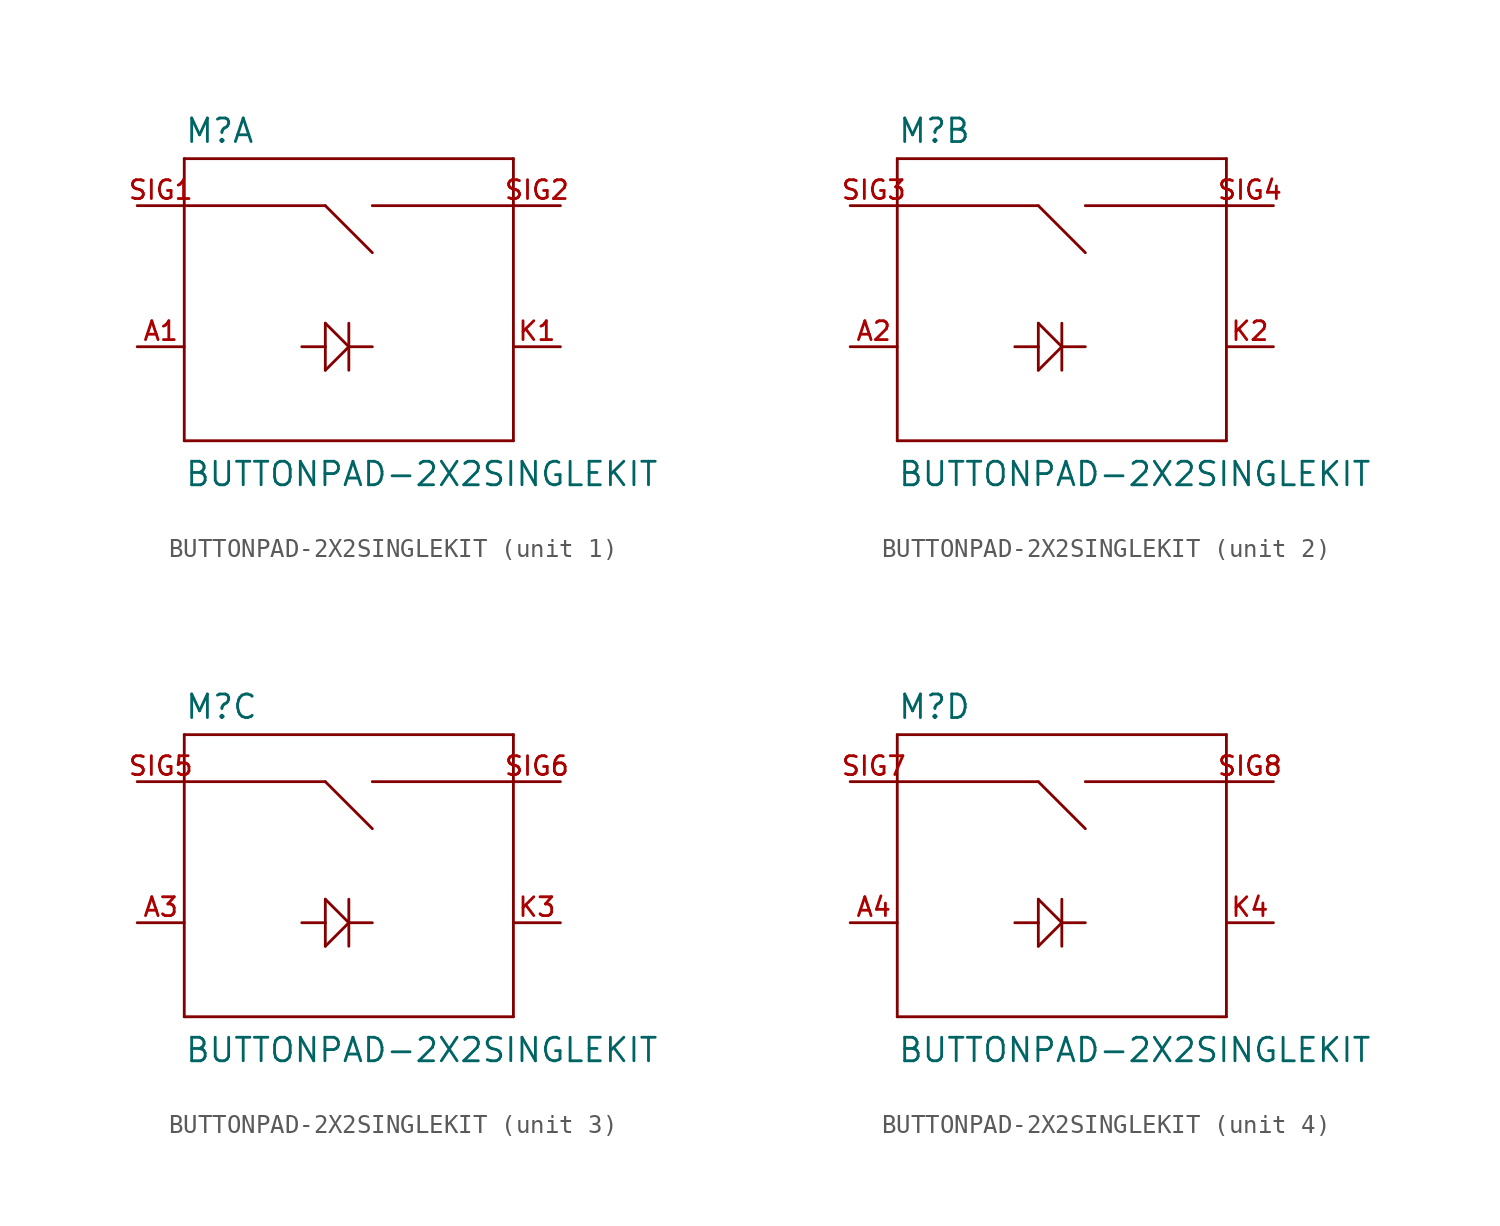
<source format=kicad_sym>
(kicad_symbol_lib
  (version 20211014)
  (generator kicad_symbol_editor)
  (symbol "BUTTONPAD-2X2SINGLEKIT"
    (pin_names
      (offset 1.016) hide)
    (property "Reference" "M"
      (at -7.62 8.382 0)
      (effects (font (size 1.27 1.27)) (justify left bottom)))
    (property "Value" "BUTTONPAD-2X2SINGLEKIT"
      (at -7.62 -10.16 0)
      (effects (font (size 1.27 1.27)) (justify left bottom)))
    (property "ki_locked" ""
      (at 0 0 0)
      (effects (font (size 1.27 1.27))))
    (symbol "BUTTONPAD-2X2SINGLEKIT_1_0"
      (polyline (pts (xy -7.62 -7.62) (xy -7.62 5.08)) (stroke (width 0) (type default) (color 0 0 0 0)) (fill (type none)))
      (polyline (pts (xy -7.62 5.08) (xy -7.62 7.62)) (stroke (width 0) (type default) (color 0 0 0 0)) (fill (type none)))
      (polyline (pts (xy -7.62 5.08) (xy 0 5.08)) (stroke (width 0) (type default) (color 0 0 0 0)) (fill (type none)))
      (polyline (pts (xy -7.62 7.62) (xy 10.16 7.62)) (stroke (width 0) (type default) (color 0 0 0 0)) (fill (type none)))
      (polyline (pts (xy 0 -3.81) (xy 1.27 -2.54)) (stroke (width 0) (type default) (color 0 0 0 0)) (fill (type none)))
      (polyline (pts (xy 0 -2.54) (xy -1.27 -2.54)) (stroke (width 0) (type default) (color 0 0 0 0)) (fill (type none)))
      (polyline (pts (xy 0 -2.54) (xy 0 -3.81)) (stroke (width 0) (type default) (color 0 0 0 0)) (fill (type none)))
      (polyline (pts (xy 0 -1.27) (xy 0 -2.54)) (stroke (width 0) (type default) (color 0 0 0 0)) (fill (type none)))
      (polyline (pts (xy 0 5.08) (xy 2.54 2.54)) (stroke (width 0) (type default) (color 0 0 0 0)) (fill (type none)))
      (polyline (pts (xy 1.27 -2.54) (xy 0 -1.27)) (stroke (width 0) (type default) (color 0 0 0 0)) (fill (type none)))
      (polyline (pts (xy 1.27 -2.54) (xy 1.27 -3.81)) (stroke (width 0) (type default) (color 0 0 0 0)) (fill (type none)))
      (polyline (pts (xy 1.27 -2.54) (xy 2.54 -2.54)) (stroke (width 0) (type default) (color 0 0 0 0)) (fill (type none)))
      (polyline (pts (xy 1.27 -1.27) (xy 1.27 -2.54)) (stroke (width 0) (type default) (color 0 0 0 0)) (fill (type none)))
      (polyline (pts (xy 2.54 5.08) (xy 10.16 5.08)) (stroke (width 0) (type default) (color 0 0 0 0)) (fill (type none)))
      (polyline (pts (xy 10.16 -7.62) (xy -7.62 -7.62)) (stroke (width 0) (type default) (color 0 0 0 0)) (fill (type none)))
      (polyline (pts (xy 10.16 5.08) (xy 10.16 -7.62)) (stroke (width 0) (type default) (color 0 0 0 0)) (fill (type none)))
      (polyline (pts (xy 10.16 7.62) (xy 10.16 5.08)) (stroke (width 0) (type default) (color 0 0 0 0)) (fill (type none))))
    (symbol "BUTTONPAD-2X2SINGLEKIT_1_1"
      (pin bidirectional line (at -10.16 -2.54 0) (length 2.54) (name "A" (effects (font (size 1.016 1.016)))) (number "A1" (effects (font (size 1.016 1.016)))))
      (pin bidirectional line (at 12.7 -2.54 180) (length 2.54) (name "K" (effects (font (size 1.016 1.016)))) (number "K1" (effects (font (size 1.016 1.016)))))
      (pin bidirectional line (at -10.16 5.08 0) (length 2.54) (name "SIG1" (effects (font (size 1.016 1.016)))) (number "SIG1" (effects (font (size 1.016 1.016)))))
      (pin bidirectional line (at 12.7 5.08 180) (length 2.54) (name "SIG2" (effects (font (size 1.016 1.016)))) (number "SIG2" (effects (font (size 1.016 1.016))))))
    (symbol "BUTTONPAD-2X2SINGLEKIT_2_0"
      (polyline (pts (xy -7.62 -7.62) (xy -7.62 5.08)) (stroke (width 0) (type default) (color 0 0 0 0)) (fill (type none)))
      (polyline (pts (xy -7.62 5.08) (xy -7.62 7.62)) (stroke (width 0) (type default) (color 0 0 0 0)) (fill (type none)))
      (polyline (pts (xy -7.62 5.08) (xy 0 5.08)) (stroke (width 0) (type default) (color 0 0 0 0)) (fill (type none)))
      (polyline (pts (xy -7.62 7.62) (xy 10.16 7.62)) (stroke (width 0) (type default) (color 0 0 0 0)) (fill (type none)))
      (polyline (pts (xy 0 -3.81) (xy 1.27 -2.54)) (stroke (width 0) (type default) (color 0 0 0 0)) (fill (type none)))
      (polyline (pts (xy 0 -2.54) (xy -1.27 -2.54)) (stroke (width 0) (type default) (color 0 0 0 0)) (fill (type none)))
      (polyline (pts (xy 0 -2.54) (xy 0 -3.81)) (stroke (width 0) (type default) (color 0 0 0 0)) (fill (type none)))
      (polyline (pts (xy 0 -1.27) (xy 0 -2.54)) (stroke (width 0) (type default) (color 0 0 0 0)) (fill (type none)))
      (polyline (pts (xy 0 5.08) (xy 2.54 2.54)) (stroke (width 0) (type default) (color 0 0 0 0)) (fill (type none)))
      (polyline (pts (xy 1.27 -2.54) (xy 0 -1.27)) (stroke (width 0) (type default) (color 0 0 0 0)) (fill (type none)))
      (polyline (pts (xy 1.27 -2.54) (xy 1.27 -3.81)) (stroke (width 0) (type default) (color 0 0 0 0)) (fill (type none)))
      (polyline (pts (xy 1.27 -2.54) (xy 2.54 -2.54)) (stroke (width 0) (type default) (color 0 0 0 0)) (fill (type none)))
      (polyline (pts (xy 1.27 -1.27) (xy 1.27 -2.54)) (stroke (width 0) (type default) (color 0 0 0 0)) (fill (type none)))
      (polyline (pts (xy 2.54 5.08) (xy 10.16 5.08)) (stroke (width 0) (type default) (color 0 0 0 0)) (fill (type none)))
      (polyline (pts (xy 10.16 -7.62) (xy -7.62 -7.62)) (stroke (width 0) (type default) (color 0 0 0 0)) (fill (type none)))
      (polyline (pts (xy 10.16 5.08) (xy 10.16 -7.62)) (stroke (width 0) (type default) (color 0 0 0 0)) (fill (type none)))
      (polyline (pts (xy 10.16 7.62) (xy 10.16 5.08)) (stroke (width 0) (type default) (color 0 0 0 0)) (fill (type none))))
    (symbol "BUTTONPAD-2X2SINGLEKIT_2_1"
      (pin bidirectional line (at -10.16 -2.54 0) (length 2.54) (name "A" (effects (font (size 1.016 1.016)))) (number "A2" (effects (font (size 1.016 1.016)))))
      (pin bidirectional line (at 12.7 -2.54 180) (length 2.54) (name "K" (effects (font (size 1.016 1.016)))) (number "K2" (effects (font (size 1.016 1.016)))))
      (pin bidirectional line (at -10.16 5.08 0) (length 2.54) (name "SIG1" (effects (font (size 1.016 1.016)))) (number "SIG3" (effects (font (size 1.016 1.016)))))
      (pin bidirectional line (at 12.7 5.08 180) (length 2.54) (name "SIG2" (effects (font (size 1.016 1.016)))) (number "SIG4" (effects (font (size 1.016 1.016))))))
    (symbol "BUTTONPAD-2X2SINGLEKIT_3_0"
      (polyline (pts (xy -7.62 -7.62) (xy -7.62 5.08)) (stroke (width 0) (type default) (color 0 0 0 0)) (fill (type none)))
      (polyline (pts (xy -7.62 5.08) (xy -7.62 7.62)) (stroke (width 0) (type default) (color 0 0 0 0)) (fill (type none)))
      (polyline (pts (xy -7.62 5.08) (xy 0 5.08)) (stroke (width 0) (type default) (color 0 0 0 0)) (fill (type none)))
      (polyline (pts (xy -7.62 7.62) (xy 10.16 7.62)) (stroke (width 0) (type default) (color 0 0 0 0)) (fill (type none)))
      (polyline (pts (xy 0 -3.81) (xy 1.27 -2.54)) (stroke (width 0) (type default) (color 0 0 0 0)) (fill (type none)))
      (polyline (pts (xy 0 -2.54) (xy -1.27 -2.54)) (stroke (width 0) (type default) (color 0 0 0 0)) (fill (type none)))
      (polyline (pts (xy 0 -2.54) (xy 0 -3.81)) (stroke (width 0) (type default) (color 0 0 0 0)) (fill (type none)))
      (polyline (pts (xy 0 -1.27) (xy 0 -2.54)) (stroke (width 0) (type default) (color 0 0 0 0)) (fill (type none)))
      (polyline (pts (xy 0 5.08) (xy 2.54 2.54)) (stroke (width 0) (type default) (color 0 0 0 0)) (fill (type none)))
      (polyline (pts (xy 1.27 -2.54) (xy 0 -1.27)) (stroke (width 0) (type default) (color 0 0 0 0)) (fill (type none)))
      (polyline (pts (xy 1.27 -2.54) (xy 1.27 -3.81)) (stroke (width 0) (type default) (color 0 0 0 0)) (fill (type none)))
      (polyline (pts (xy 1.27 -2.54) (xy 2.54 -2.54)) (stroke (width 0) (type default) (color 0 0 0 0)) (fill (type none)))
      (polyline (pts (xy 1.27 -1.27) (xy 1.27 -2.54)) (stroke (width 0) (type default) (color 0 0 0 0)) (fill (type none)))
      (polyline (pts (xy 2.54 5.08) (xy 10.16 5.08)) (stroke (width 0) (type default) (color 0 0 0 0)) (fill (type none)))
      (polyline (pts (xy 10.16 -7.62) (xy -7.62 -7.62)) (stroke (width 0) (type default) (color 0 0 0 0)) (fill (type none)))
      (polyline (pts (xy 10.16 5.08) (xy 10.16 -7.62)) (stroke (width 0) (type default) (color 0 0 0 0)) (fill (type none)))
      (polyline (pts (xy 10.16 7.62) (xy 10.16 5.08)) (stroke (width 0) (type default) (color 0 0 0 0)) (fill (type none))))
    (symbol "BUTTONPAD-2X2SINGLEKIT_3_1"
      (pin bidirectional line (at -10.16 -2.54 0) (length 2.54) (name "A" (effects (font (size 1.016 1.016)))) (number "A3" (effects (font (size 1.016 1.016)))))
      (pin bidirectional line (at 12.7 -2.54 180) (length 2.54) (name "K" (effects (font (size 1.016 1.016)))) (number "K3" (effects (font (size 1.016 1.016)))))
      (pin bidirectional line (at -10.16 5.08 0) (length 2.54) (name "SIG1" (effects (font (size 1.016 1.016)))) (number "SIG5" (effects (font (size 1.016 1.016)))))
      (pin bidirectional line (at 12.7 5.08 180) (length 2.54) (name "SIG2" (effects (font (size 1.016 1.016)))) (number "SIG6" (effects (font (size 1.016 1.016))))))
    (symbol "BUTTONPAD-2X2SINGLEKIT_4_0"
      (polyline (pts (xy -7.62 -7.62) (xy -7.62 5.08)) (stroke (width 0) (type default) (color 0 0 0 0)) (fill (type none)))
      (polyline (pts (xy -7.62 5.08) (xy -7.62 7.62)) (stroke (width 0) (type default) (color 0 0 0 0)) (fill (type none)))
      (polyline (pts (xy -7.62 5.08) (xy 0 5.08)) (stroke (width 0) (type default) (color 0 0 0 0)) (fill (type none)))
      (polyline (pts (xy -7.62 7.62) (xy 10.16 7.62)) (stroke (width 0) (type default) (color 0 0 0 0)) (fill (type none)))
      (polyline (pts (xy 0 -3.81) (xy 1.27 -2.54)) (stroke (width 0) (type default) (color 0 0 0 0)) (fill (type none)))
      (polyline (pts (xy 0 -2.54) (xy -1.27 -2.54)) (stroke (width 0) (type default) (color 0 0 0 0)) (fill (type none)))
      (polyline (pts (xy 0 -2.54) (xy 0 -3.81)) (stroke (width 0) (type default) (color 0 0 0 0)) (fill (type none)))
      (polyline (pts (xy 0 -1.27) (xy 0 -2.54)) (stroke (width 0) (type default) (color 0 0 0 0)) (fill (type none)))
      (polyline (pts (xy 0 5.08) (xy 2.54 2.54)) (stroke (width 0) (type default) (color 0 0 0 0)) (fill (type none)))
      (polyline (pts (xy 1.27 -2.54) (xy 0 -1.27)) (stroke (width 0) (type default) (color 0 0 0 0)) (fill (type none)))
      (polyline (pts (xy 1.27 -2.54) (xy 1.27 -3.81)) (stroke (width 0) (type default) (color 0 0 0 0)) (fill (type none)))
      (polyline (pts (xy 1.27 -2.54) (xy 2.54 -2.54)) (stroke (width 0) (type default) (color 0 0 0 0)) (fill (type none)))
      (polyline (pts (xy 1.27 -1.27) (xy 1.27 -2.54)) (stroke (width 0) (type default) (color 0 0 0 0)) (fill (type none)))
      (polyline (pts (xy 2.54 5.08) (xy 10.16 5.08)) (stroke (width 0) (type default) (color 0 0 0 0)) (fill (type none)))
      (polyline (pts (xy 10.16 -7.62) (xy -7.62 -7.62)) (stroke (width 0) (type default) (color 0 0 0 0)) (fill (type none)))
      (polyline (pts (xy 10.16 5.08) (xy 10.16 -7.62)) (stroke (width 0) (type default) (color 0 0 0 0)) (fill (type none)))
      (polyline (pts (xy 10.16 7.62) (xy 10.16 5.08)) (stroke (width 0) (type default) (color 0 0 0 0)) (fill (type none))))
    (symbol "BUTTONPAD-2X2SINGLEKIT_4_1"
      (pin bidirectional line (at -10.16 -2.54 0) (length 2.54) (name "A" (effects (font (size 1.016 1.016)))) (number "A4" (effects (font (size 1.016 1.016)))))
      (pin bidirectional line (at 12.7 -2.54 180) (length 2.54) (name "K" (effects (font (size 1.016 1.016)))) (number "K4" (effects (font (size 1.016 1.016)))))
      (pin bidirectional line (at -10.16 5.08 0) (length 2.54) (name "SIG1" (effects (font (size 1.016 1.016)))) (number "SIG7" (effects (font (size 1.016 1.016)))))
      (pin bidirectional line (at 12.7 5.08 180) (length 2.54) (name "SIG2" (effects (font (size 1.016 1.016)))) (number "SIG8" (effects (font (size 1.016 1.016))))))))
</source>
